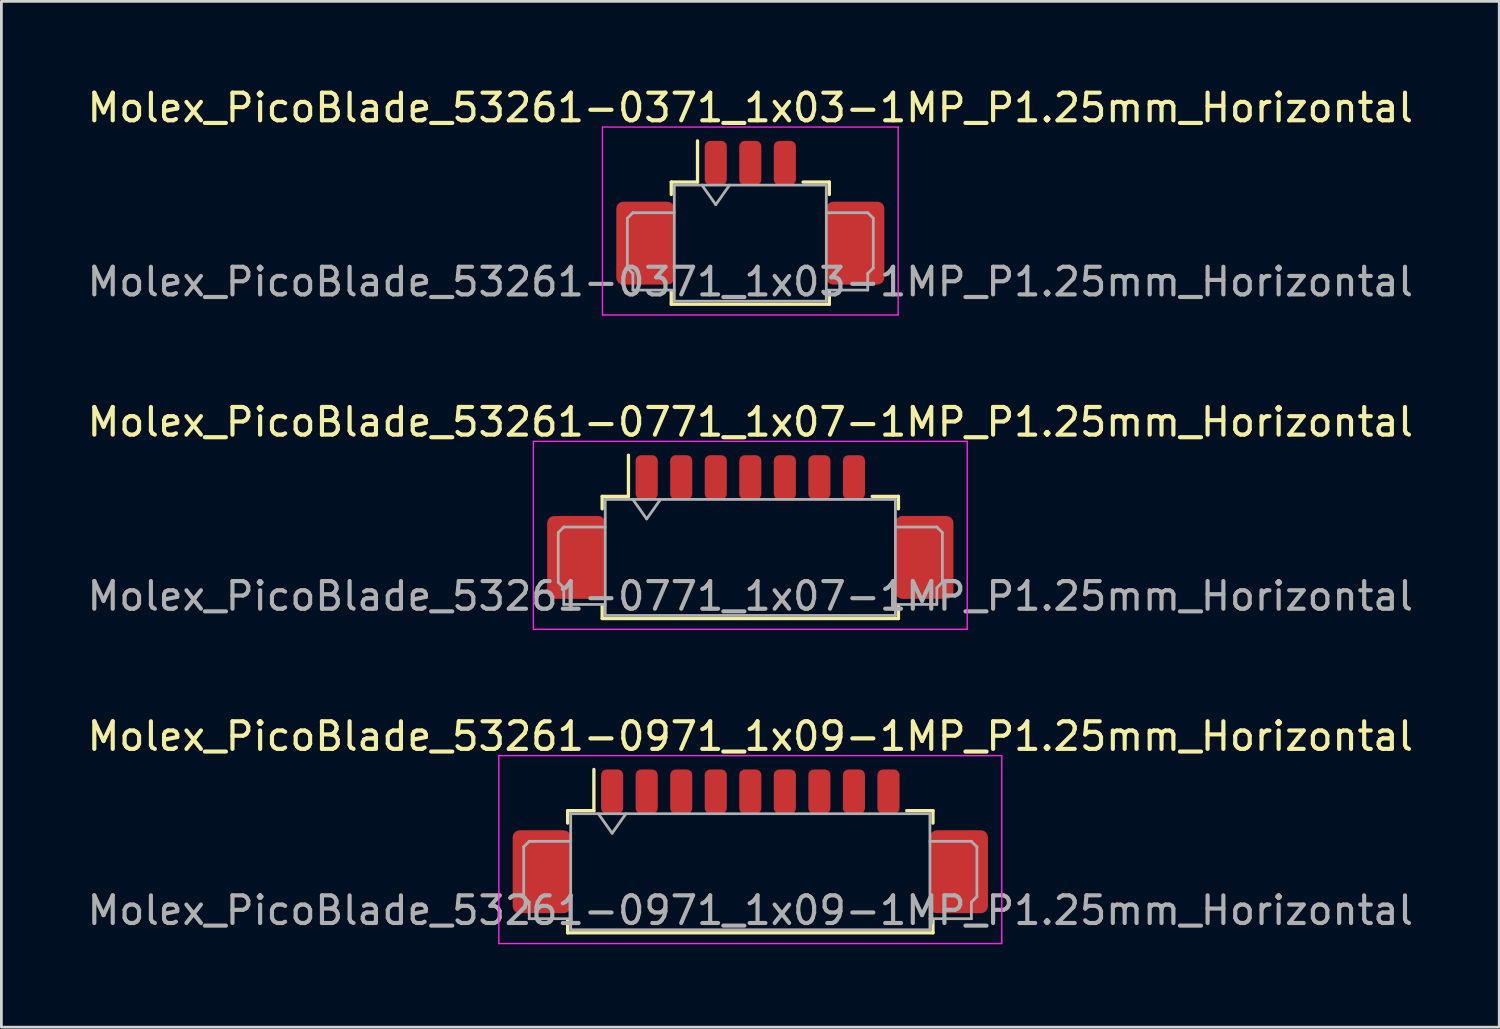
<source format=kicad_pcb>
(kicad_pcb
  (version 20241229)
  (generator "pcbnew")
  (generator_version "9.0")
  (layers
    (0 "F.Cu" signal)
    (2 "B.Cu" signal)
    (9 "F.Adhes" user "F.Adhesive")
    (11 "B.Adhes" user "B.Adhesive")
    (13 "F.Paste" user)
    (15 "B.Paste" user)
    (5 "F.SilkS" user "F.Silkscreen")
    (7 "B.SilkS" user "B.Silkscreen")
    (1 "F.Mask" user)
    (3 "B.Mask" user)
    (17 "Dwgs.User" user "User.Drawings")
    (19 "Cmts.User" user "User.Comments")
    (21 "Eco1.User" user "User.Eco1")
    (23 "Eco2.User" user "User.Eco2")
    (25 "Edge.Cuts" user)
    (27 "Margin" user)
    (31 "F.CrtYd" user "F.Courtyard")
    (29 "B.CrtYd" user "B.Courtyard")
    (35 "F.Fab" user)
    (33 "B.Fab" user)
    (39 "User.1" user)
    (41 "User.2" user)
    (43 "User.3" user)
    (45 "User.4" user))
  (footprint "Molex_PicoBlade_53261-0771_1x07-1MP_P1.25mm_Horizontal"
    (layer "F.Cu")
    (at 24.101 16.622)
    (property "Reference" "Molex_PicoBlade_53261-0771_1x07-1MP_P1.25mm_Horizontal" (at 0 -4.4 0) (layer "F.SilkS") (effects (font (size 1 1) (thickness 0.15))))
    (attr smd)
    (fp_line (start -5.36 -1.71) (end -4.41 -1.71) (stroke (width 0.12) (type solid)) (layer "F.SilkS"))
    (fp_line (start -5.36 -1.26) (end -5.36 -1.71) (stroke (width 0.12) (type solid)) (layer "F.SilkS"))
    (fp_line (start -5.36 2.26) (end -5.36 2.71) (stroke (width 0.12) (type solid)) (layer "F.SilkS"))
    (fp_line (start -5.36 2.71) (end 5.36 2.71) (stroke (width 0.12) (type solid)) (layer "F.SilkS"))
    (fp_line (start -4.41 -1.71) (end -4.41 -3.2) (stroke (width 0.12) (type solid)) (layer "F.SilkS"))
    (fp_line (start 5.36 -1.71) (end 4.41 -1.71) (stroke (width 0.12) (type solid)) (layer "F.SilkS"))
    (fp_line (start 5.36 -1.26) (end 5.36 -1.71) (stroke (width 0.12) (type solid)) (layer "F.SilkS"))
    (fp_line (start 5.36 2.71) (end 5.36 2.26) (stroke (width 0.12) (type solid)) (layer "F.SilkS"))
    (fp_line (start -7.85 -3.7) (end -7.85 3.1) (stroke (width 0.05) (type solid)) (layer "F.CrtYd"))
    (fp_line (start -7.85 3.1) (end 7.85 3.1) (stroke (width 0.05) (type solid)) (layer "F.CrtYd"))
    (fp_line (start 7.85 -3.7) (end -7.85 -3.7) (stroke (width 0.05) (type solid)) (layer "F.CrtYd"))
    (fp_line (start 7.85 3.1) (end 7.85 -3.7) (stroke (width 0.05) (type solid)) (layer "F.CrtYd"))
    (fp_line (start -6.95 -0.4) (end -6.95 1.4) (stroke (width 0.1) (type solid)) (layer "F.Fab"))
    (fp_line (start -6.95 1.4) (end -6.75 1.6) (stroke (width 0.1) (type solid)) (layer "F.Fab"))
    (fp_line (start -6.75 -0.6) (end -6.95 -0.4) (stroke (width 0.1) (type solid)) (layer "F.Fab"))
    (fp_line (start -6.75 1.6) (end -6.75 2.2) (stroke (width 0.1) (type solid)) (layer "F.Fab"))
    (fp_line (start -6.75 2.2) (end -5.25 2.2) (stroke (width 0.1) (type solid)) (layer "F.Fab"))
    (fp_line (start -5.25 -1.6) (end -5.25 2.6) (stroke (width 0.1) (type solid)) (layer "F.Fab"))
    (fp_line (start -5.25 -1.6) (end 5.25 -1.6) (stroke (width 0.1) (type solid)) (layer "F.Fab"))
    (fp_line (start -5.25 -0.6) (end -6.75 -0.6) (stroke (width 0.1) (type solid)) (layer "F.Fab"))
    (fp_line (start -5.25 2.6) (end 5.25 2.6) (stroke (width 0.1) (type solid)) (layer "F.Fab"))
    (fp_line (start -4.25 -1.6) (end -3.75 -0.893) (stroke (width 0.1) (type solid)) (layer "F.Fab"))
    (fp_line (start -3.75 -0.893) (end -3.25 -1.6) (stroke (width 0.1) (type solid)) (layer "F.Fab"))
    (fp_line (start 5.25 -1.6) (end 5.25 2.6) (stroke (width 0.1) (type solid)) (layer "F.Fab"))
    (fp_line (start 5.25 -0.6) (end 6.75 -0.6) (stroke (width 0.1) (type solid)) (layer "F.Fab"))
    (fp_line (start 6.75 -0.6) (end 6.95 -0.4) (stroke (width 0.1) (type solid)) (layer "F.Fab"))
    (fp_line (start 6.75 1.6) (end 6.75 2.2) (stroke (width 0.1) (type solid)) (layer "F.Fab"))
    (fp_line (start 6.75 2.2) (end 5.25 2.2) (stroke (width 0.1) (type solid)) (layer "F.Fab"))
    (fp_line (start 6.95 -0.4) (end 6.95 1.4) (stroke (width 0.1) (type solid)) (layer "F.Fab"))
    (fp_line (start 6.95 1.4) (end 6.75 1.6) (stroke (width 0.1) (type solid)) (layer "F.Fab"))
    (fp_text user "${REFERENCE}" (at 0 1.9 0) (layer "F.Fab") (effects (font (size 1 1) (thickness 0.15))))
    (pad "1" smd roundrect (at -3.75 -2.4) (size 0.8 1.6) (layers "F.Cu" "F.Mask" "F.Paste") (roundrect_rratio 0.25))
    (pad "2" smd roundrect (at -2.5 -2.4) (size 0.8 1.6) (layers "F.Cu" "F.Mask" "F.Paste") (roundrect_rratio 0.25))
    (pad "3" smd roundrect (at -1.25 -2.4) (size 0.8 1.6) (layers "F.Cu" "F.Mask" "F.Paste") (roundrect_rratio 0.25))
    (pad "4" smd roundrect (at 0 -2.4) (size 0.8 1.6) (layers "F.Cu" "F.Mask" "F.Paste") (roundrect_rratio 0.25))
    (pad "5" smd roundrect (at 1.25 -2.4) (size 0.8 1.6) (layers "F.Cu" "F.Mask" "F.Paste") (roundrect_rratio 0.25))
    (pad "6" smd roundrect (at 2.5 -2.4) (size 0.8 1.6) (layers "F.Cu" "F.Mask" "F.Paste") (roundrect_rratio 0.25))
    (pad "7" smd roundrect (at 3.75 -2.4) (size 0.8 1.6) (layers "F.Cu" "F.Mask" "F.Paste") (roundrect_rratio 0.25))
    (pad "MP" smd roundrect (at -6.3 0.5) (size 2.1 3) (layers "F.Cu" "F.Mask" "F.Paste") (roundrect_rratio 0.119))
    (pad "MP" smd roundrect (at 6.3 0.5) (size 2.1 3) (layers "F.Cu" "F.Mask" "F.Paste") (roundrect_rratio 0.119)))
  (footprint "Molex_PicoBlade_53261-0371_1x03-1MP_P1.25mm_Horizontal"
    (layer "F.Cu")
    (at 24.101 5.248)
    (property "Reference" "Molex_PicoBlade_53261-0371_1x03-1MP_P1.25mm_Horizontal" (at 0 -4.4 0) (layer "F.SilkS") (effects (font (size 1 1) (thickness 0.15))))
    (attr smd)
    (fp_line (start -2.86 -1.71) (end -1.91 -1.71) (stroke (width 0.12) (type solid)) (layer "F.SilkS"))
    (fp_line (start -2.86 -1.26) (end -2.86 -1.71) (stroke (width 0.12) (type solid)) (layer "F.SilkS"))
    (fp_line (start -2.86 2.26) (end -2.86 2.71) (stroke (width 0.12) (type solid)) (layer "F.SilkS"))
    (fp_line (start -2.86 2.71) (end 2.86 2.71) (stroke (width 0.12) (type solid)) (layer "F.SilkS"))
    (fp_line (start -1.91 -1.71) (end -1.91 -3.2) (stroke (width 0.12) (type solid)) (layer "F.SilkS"))
    (fp_line (start 2.86 -1.71) (end 1.91 -1.71) (stroke (width 0.12) (type solid)) (layer "F.SilkS"))
    (fp_line (start 2.86 -1.26) (end 2.86 -1.71) (stroke (width 0.12) (type solid)) (layer "F.SilkS"))
    (fp_line (start 2.86 2.71) (end 2.86 2.26) (stroke (width 0.12) (type solid)) (layer "F.SilkS"))
    (fp_line (start -5.35 -3.7) (end -5.35 3.1) (stroke (width 0.05) (type solid)) (layer "F.CrtYd"))
    (fp_line (start -5.35 3.1) (end 5.35 3.1) (stroke (width 0.05) (type solid)) (layer "F.CrtYd"))
    (fp_line (start 5.35 -3.7) (end -5.35 -3.7) (stroke (width 0.05) (type solid)) (layer "F.CrtYd"))
    (fp_line (start 5.35 3.1) (end 5.35 -3.7) (stroke (width 0.05) (type solid)) (layer "F.CrtYd"))
    (fp_line (start -4.45 -0.4) (end -4.45 1.4) (stroke (width 0.1) (type solid)) (layer "F.Fab"))
    (fp_line (start -4.45 1.4) (end -4.25 1.6) (stroke (width 0.1) (type solid)) (layer "F.Fab"))
    (fp_line (start -4.25 -0.6) (end -4.45 -0.4) (stroke (width 0.1) (type solid)) (layer "F.Fab"))
    (fp_line (start -4.25 1.6) (end -4.25 2.2) (stroke (width 0.1) (type solid)) (layer "F.Fab"))
    (fp_line (start -4.25 2.2) (end -2.75 2.2) (stroke (width 0.1) (type solid)) (layer "F.Fab"))
    (fp_line (start -2.75 -1.6) (end -2.75 2.6) (stroke (width 0.1) (type solid)) (layer "F.Fab"))
    (fp_line (start -2.75 -1.6) (end 2.75 -1.6) (stroke (width 0.1) (type solid)) (layer "F.Fab"))
    (fp_line (start -2.75 -0.6) (end -4.25 -0.6) (stroke (width 0.1) (type solid)) (layer "F.Fab"))
    (fp_line (start -2.75 2.6) (end 2.75 2.6) (stroke (width 0.1) (type solid)) (layer "F.Fab"))
    (fp_line (start -1.75 -1.6) (end -1.25 -0.893) (stroke (width 0.1) (type solid)) (layer "F.Fab"))
    (fp_line (start -1.25 -0.893) (end -0.75 -1.6) (stroke (width 0.1) (type solid)) (layer "F.Fab"))
    (fp_line (start 2.75 -1.6) (end 2.75 2.6) (stroke (width 0.1) (type solid)) (layer "F.Fab"))
    (fp_line (start 2.75 -0.6) (end 4.25 -0.6) (stroke (width 0.1) (type solid)) (layer "F.Fab"))
    (fp_line (start 4.25 -0.6) (end 4.45 -0.4) (stroke (width 0.1) (type solid)) (layer "F.Fab"))
    (fp_line (start 4.25 1.6) (end 4.25 2.2) (stroke (width 0.1) (type solid)) (layer "F.Fab"))
    (fp_line (start 4.25 2.2) (end 2.75 2.2) (stroke (width 0.1) (type solid)) (layer "F.Fab"))
    (fp_line (start 4.45 -0.4) (end 4.45 1.4) (stroke (width 0.1) (type solid)) (layer "F.Fab"))
    (fp_line (start 4.45 1.4) (end 4.25 1.6) (stroke (width 0.1) (type solid)) (layer "F.Fab"))
    (fp_text user "${REFERENCE}" (at 0 1.9 0) (layer "F.Fab") (effects (font (size 1 1) (thickness 0.15))))
    (pad "1" smd roundrect (at -1.25 -2.4) (size 0.8 1.6) (layers "F.Cu" "F.Mask" "F.Paste") (roundrect_rratio 0.25))
    (pad "2" smd roundrect (at 0 -2.4) (size 0.8 1.6) (layers "F.Cu" "F.Mask" "F.Paste") (roundrect_rratio 0.25))
    (pad "3" smd roundrect (at 1.25 -2.4) (size 0.8 1.6) (layers "F.Cu" "F.Mask" "F.Paste") (roundrect_rratio 0.25))
    (pad "MP" smd roundrect (at -3.8 0.5) (size 2.1 3) (layers "F.Cu" "F.Mask" "F.Paste") (roundrect_rratio 0.119))
    (pad "MP" smd roundrect (at 3.8 0.5) (size 2.1 3) (layers "F.Cu" "F.Mask" "F.Paste") (roundrect_rratio 0.119)))
  (footprint "Molex_PicoBlade_53261-0971_1x09-1MP_P1.25mm_Horizontal"
    (layer "F.Cu")
    (at 24.101 27.995)
    (property "Reference" "Molex_PicoBlade_53261-0971_1x09-1MP_P1.25mm_Horizontal" (at 0 -4.4 0) (layer "F.SilkS") (effects (font (size 1 1) (thickness 0.15))))
    (attr smd)
    (fp_line (start -6.61 -1.71) (end -5.66 -1.71) (stroke (width 0.12) (type solid)) (layer "F.SilkS"))
    (fp_line (start -6.61 -1.26) (end -6.61 -1.71) (stroke (width 0.12) (type solid)) (layer "F.SilkS"))
    (fp_line (start -6.61 2.26) (end -6.61 2.71) (stroke (width 0.12) (type solid)) (layer "F.SilkS"))
    (fp_line (start -6.61 2.71) (end 6.61 2.71) (stroke (width 0.12) (type solid)) (layer "F.SilkS"))
    (fp_line (start -5.66 -1.71) (end -5.66 -3.2) (stroke (width 0.12) (type solid)) (layer "F.SilkS"))
    (fp_line (start 6.61 -1.71) (end 5.66 -1.71) (stroke (width 0.12) (type solid)) (layer "F.SilkS"))
    (fp_line (start 6.61 -1.26) (end 6.61 -1.71) (stroke (width 0.12) (type solid)) (layer "F.SilkS"))
    (fp_line (start 6.61 2.71) (end 6.61 2.26) (stroke (width 0.12) (type solid)) (layer "F.SilkS"))
    (fp_line (start -9.1 -3.7) (end -9.1 3.1) (stroke (width 0.05) (type solid)) (layer "F.CrtYd"))
    (fp_line (start -9.1 3.1) (end 9.1 3.1) (stroke (width 0.05) (type solid)) (layer "F.CrtYd"))
    (fp_line (start 9.1 -3.7) (end -9.1 -3.7) (stroke (width 0.05) (type solid)) (layer "F.CrtYd"))
    (fp_line (start 9.1 3.1) (end 9.1 -3.7) (stroke (width 0.05) (type solid)) (layer "F.CrtYd"))
    (fp_line (start -8.2 -0.4) (end -8.2 1.4) (stroke (width 0.1) (type solid)) (layer "F.Fab"))
    (fp_line (start -8.2 1.4) (end -8 1.6) (stroke (width 0.1) (type solid)) (layer "F.Fab"))
    (fp_line (start -8 -0.6) (end -8.2 -0.4) (stroke (width 0.1) (type solid)) (layer "F.Fab"))
    (fp_line (start -8 1.6) (end -8 2.2) (stroke (width 0.1) (type solid)) (layer "F.Fab"))
    (fp_line (start -8 2.2) (end -6.5 2.2) (stroke (width 0.1) (type solid)) (layer "F.Fab"))
    (fp_line (start -6.5 -1.6) (end -6.5 2.6) (stroke (width 0.1) (type solid)) (layer "F.Fab"))
    (fp_line (start -6.5 -1.6) (end 6.5 -1.6) (stroke (width 0.1) (type solid)) (layer "F.Fab"))
    (fp_line (start -6.5 -0.6) (end -8 -0.6) (stroke (width 0.1) (type solid)) (layer "F.Fab"))
    (fp_line (start -6.5 2.6) (end 6.5 2.6) (stroke (width 0.1) (type solid)) (layer "F.Fab"))
    (fp_line (start -5.5 -1.6) (end -5 -0.893) (stroke (width 0.1) (type solid)) (layer "F.Fab"))
    (fp_line (start -5 -0.893) (end -4.5 -1.6) (stroke (width 0.1) (type solid)) (layer "F.Fab"))
    (fp_line (start 6.5 -1.6) (end 6.5 2.6) (stroke (width 0.1) (type solid)) (layer "F.Fab"))
    (fp_line (start 6.5 -0.6) (end 8 -0.6) (stroke (width 0.1) (type solid)) (layer "F.Fab"))
    (fp_line (start 8 -0.6) (end 8.2 -0.4) (stroke (width 0.1) (type solid)) (layer "F.Fab"))
    (fp_line (start 8 1.6) (end 8 2.2) (stroke (width 0.1) (type solid)) (layer "F.Fab"))
    (fp_line (start 8 2.2) (end 6.5 2.2) (stroke (width 0.1) (type solid)) (layer "F.Fab"))
    (fp_line (start 8.2 -0.4) (end 8.2 1.4) (stroke (width 0.1) (type solid)) (layer "F.Fab"))
    (fp_line (start 8.2 1.4) (end 8 1.6) (stroke (width 0.1) (type solid)) (layer "F.Fab"))
    (fp_text user "${REFERENCE}" (at 0 1.9 0) (layer "F.Fab") (effects (font (size 1 1) (thickness 0.15))))
    (pad "1" smd roundrect (at -5 -2.4) (size 0.8 1.6) (layers "F.Cu" "F.Mask" "F.Paste") (roundrect_rratio 0.25))
    (pad "2" smd roundrect (at -3.75 -2.4) (size 0.8 1.6) (layers "F.Cu" "F.Mask" "F.Paste") (roundrect_rratio 0.25))
    (pad "3" smd roundrect (at -2.5 -2.4) (size 0.8 1.6) (layers "F.Cu" "F.Mask" "F.Paste") (roundrect_rratio 0.25))
    (pad "4" smd roundrect (at -1.25 -2.4) (size 0.8 1.6) (layers "F.Cu" "F.Mask" "F.Paste") (roundrect_rratio 0.25))
    (pad "5" smd roundrect (at 0 -2.4) (size 0.8 1.6) (layers "F.Cu" "F.Mask" "F.Paste") (roundrect_rratio 0.25))
    (pad "6" smd roundrect (at 1.25 -2.4) (size 0.8 1.6) (layers "F.Cu" "F.Mask" "F.Paste") (roundrect_rratio 0.25))
    (pad "7" smd roundrect (at 2.5 -2.4) (size 0.8 1.6) (layers "F.Cu" "F.Mask" "F.Paste") (roundrect_rratio 0.25))
    (pad "8" smd roundrect (at 3.75 -2.4) (size 0.8 1.6) (layers "F.Cu" "F.Mask" "F.Paste") (roundrect_rratio 0.25))
    (pad "9" smd roundrect (at 5 -2.4) (size 0.8 1.6) (layers "F.Cu" "F.Mask" "F.Paste") (roundrect_rratio 0.25))
    (pad "MP" smd roundrect (at -7.55 0.5) (size 2.1 3) (layers "F.Cu" "F.Mask" "F.Paste") (roundrect_rratio 0.119))
    (pad "MP" smd roundrect (at 7.55 0.5) (size 2.1 3) (layers "F.Cu" "F.Mask" "F.Paste") (roundrect_rratio 0.119)))
  (gr_rect
    (start -3 -3)
    (end 51.202 34.12)
    (stroke (width 0.1) (type default))
    (fill no)
    (layer "Edge.Cuts")))
</source>
